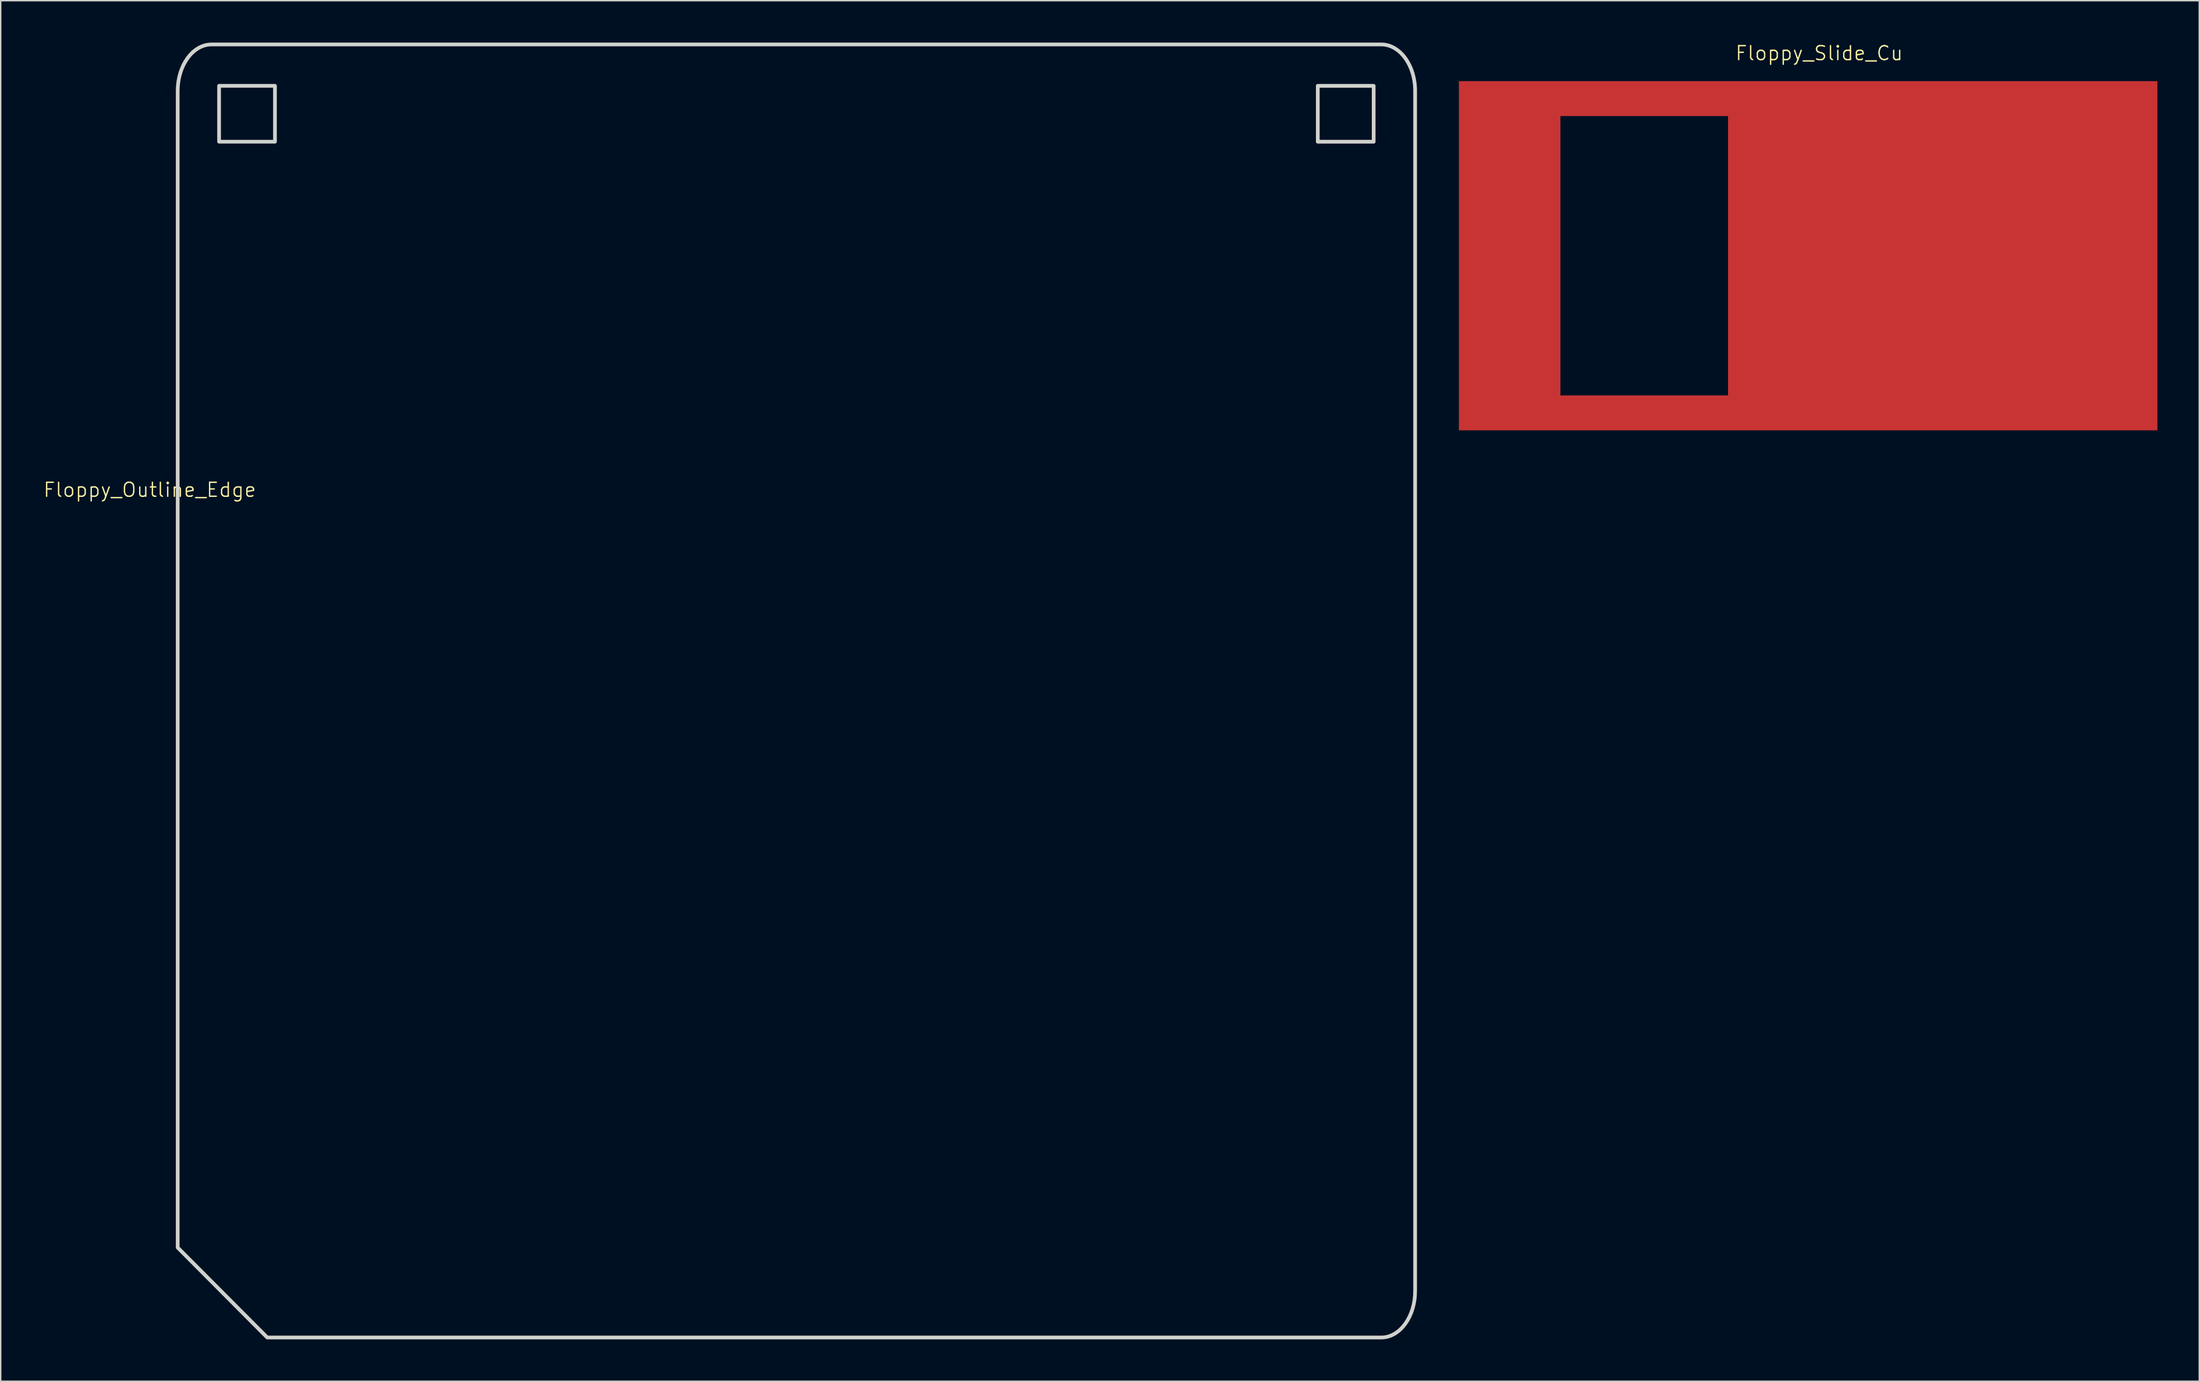
<source format=kicad_pcb>
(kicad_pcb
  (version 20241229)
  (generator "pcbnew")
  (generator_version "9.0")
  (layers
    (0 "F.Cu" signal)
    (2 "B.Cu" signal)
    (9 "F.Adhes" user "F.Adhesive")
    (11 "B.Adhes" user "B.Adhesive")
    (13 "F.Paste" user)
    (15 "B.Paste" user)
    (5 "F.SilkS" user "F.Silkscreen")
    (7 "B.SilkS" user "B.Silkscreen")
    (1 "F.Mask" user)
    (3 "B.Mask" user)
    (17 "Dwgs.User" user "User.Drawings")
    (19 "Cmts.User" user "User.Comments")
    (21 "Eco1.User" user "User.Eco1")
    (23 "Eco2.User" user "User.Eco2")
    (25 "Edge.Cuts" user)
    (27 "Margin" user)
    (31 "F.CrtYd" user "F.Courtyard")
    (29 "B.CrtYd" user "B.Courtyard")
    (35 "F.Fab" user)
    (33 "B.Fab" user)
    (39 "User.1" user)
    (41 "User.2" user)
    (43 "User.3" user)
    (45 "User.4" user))
  (footprint "Floppy_Slide_Cu"
    (layer "F.Cu")
    (at 127.17 2.76)
    (property "Reference" "Floppy_Slide_Cu" (at 0 -2 0) (unlocked yes) (layer "F.SilkS") (effects (font (size 1 1) (thickness 0.1))))
    (attr smd)
    (fp_poly (pts (xy 24.21 25) (xy -25.79 25) (xy -25.79 22.5) (xy -18.523 22.5) (xy -6.523 22.5) (xy -6.523 2.5) (xy -18.523 2.5) (xy -18.523 22.5) (xy -25.79 22.5) (xy -25.79 0) (xy 24.21 0)) (stroke (width -0.000001) (type solid)) (fill yes) (layer "F.Cu")))
  (footprint "Floppy_Outline_Edge"
    (layer "F.Cu")
    (at 9.669 34.522)
    (property "Reference" "Floppy_Outline_Edge" (at -2 -2.5 0) (unlocked yes) (layer "F.SilkS") (effects (font (size 1 1) (thickness 0.1))))
    (attr smd)
    (fp_poly (pts (xy 6.963 -27.427) (xy 2.963 -27.427) (xy 2.963 -31.427) (xy 6.963 -31.427)) (stroke (width 0.265) (type solid) (color 0 0 85 1)) (fill no) (layer "Edge.Cuts"))
    (fp_poly (pts (xy 85.61 -27.426) (xy 81.61 -27.426) (xy 81.61 -31.426) (xy 85.61 -31.426)) (stroke (width 0.265) (type solid) (color 0 0 85 1)) (fill no) (layer "Edge.Cuts"))
    (fp_poly (pts (xy 2.426 -34.39) (xy 86.152 -34.39) (xy 86.277 -34.386) (xy 86.4 -34.373) (xy 86.522 -34.352) (xy 86.641 -34.322) (xy 86.759 -34.285) (xy 86.874 -34.24) (xy 86.987 -34.188) (xy 87.097 -34.128) (xy 87.204 -34.061) (xy 87.309 -33.988) (xy 87.41 -33.908) (xy 87.509 -33.821) (xy 87.604 -33.728) (xy 87.696 -33.629) (xy 87.784 -33.524) (xy 87.868 -33.414) (xy 87.948 -33.298) (xy 88.024 -33.177) (xy 88.096 -33.051) (xy 88.164 -32.921) (xy 88.227 -32.786) (xy 88.286 -32.646) (xy 88.339 -32.502) (xy 88.388 -32.355) (xy 88.431 -32.203) (xy 88.469 -32.049) (xy 88.502 -31.89) (xy 88.529 -31.729) (xy 88.55 -31.565) (xy 88.566 -31.398) (xy 88.575 -31.229) (xy 88.578 -31.058) (xy 88.578 54.856) (xy 88.566 55.197) (xy 88.529 55.528) (xy 88.469 55.847) (xy 88.388 56.153) (xy 88.286 56.444) (xy 88.164 56.719) (xy 88.024 56.976) (xy 87.868 57.212) (xy 87.696 57.427) (xy 87.604 57.526) (xy 87.509 57.619) (xy 87.41 57.706) (xy 87.309 57.786) (xy 87.204 57.86) (xy 87.097 57.926) (xy 86.987 57.986) (xy 86.874 58.039) (xy 86.759 58.083) (xy 86.641 58.121) (xy 86.522 58.15) (xy 86.4 58.171) (xy 86.277 58.184) (xy 86.152 58.188) (xy 6.411 58.188) (xy 0 51.75) (xy 0 -31.058) (xy 0.013 -31.398) (xy 0.049 -31.729) (xy 0.109 -32.049) (xy 0.191 -32.355) (xy 0.293 -32.646) (xy 0.414 -32.921) (xy 0.554 -33.177) (xy 0.711 -33.414) (xy 0.883 -33.629) (xy 0.974 -33.728) (xy 1.07 -33.821) (xy 1.168 -33.908) (xy 1.27 -33.988) (xy 1.374 -34.061) (xy 1.482 -34.128) (xy 1.592 -34.188) (xy 1.705 -34.24) (xy 1.82 -34.285) (xy 1.937 -34.322) (xy 2.057 -34.352) (xy 2.178 -34.373) (xy 2.301 -34.386) (xy 2.426 -34.39)) (stroke (width 0.265) (type solid) (color 0 0 85 1)) (fill no) (layer "Edge.Cuts")))
  (gr_rect
    (start -3 -3)
    (end 154.38 95.843)
    (stroke (width 0.1) (type default))
    (fill no)
    (layer "Edge.Cuts")))
</source>
